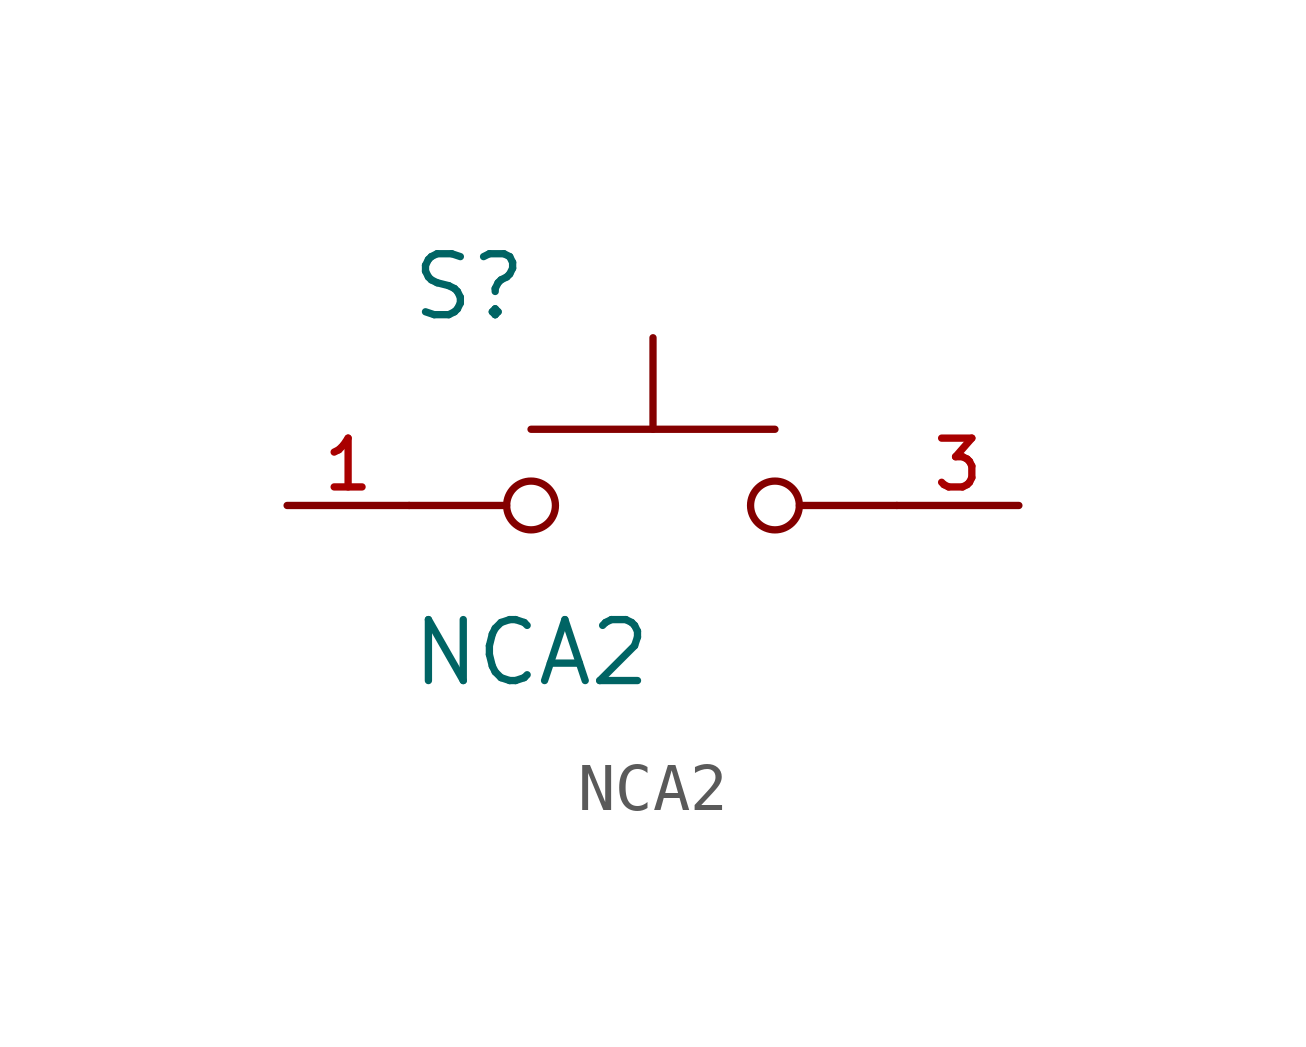
<source format=kicad_sym>
(kicad_symbol_lib
  (version 20211014)
  (generator kicad_symbol_editor)
  (symbol "NCA2"
    (pin_names
      (offset 1.016))
    (property "Reference" "S"
      (at -5.08 3.81 0)
      (effects (font (size 1.27 1.27)) (justify bottom left)))
    (property "Value" "NCA2"
      (at -5.08 -3.81 0)
      (effects (font (size 1.27 1.27)) (justify bottom left)))
    (symbol "NCA2_0_0"
      (circle (center 2.54 0.0) (radius 0.508) (stroke (width 0.152)) (fill (type none)))
      (polyline (pts (xy 5.08 0.0) (xy 3.048 0.0)) (stroke (width 0.152)))
      (polyline (pts (xy -5.08 0.0) (xy -3.048 0.0)) (stroke (width 0.152)))
      (circle (center -2.54 0.0) (radius 0.508) (stroke (width 0.152)) (fill (type none)))
      (polyline (pts (xy -2.54 1.587) (xy 2.54 1.587)) (stroke (width 0.152)))
      (polyline (pts (xy 0.0 1.587) (xy 0.0 3.493)) (stroke (width 0.152)))
      (pin passive line (at -7.62 0.0 0) (length 2.54) (name "~" (effects (font (size 1.016 1.016)))) (number "1" (effects (font (size 1.016 1.016)))))
      (pin passive line (at 7.62 0.0 180.0) (length 2.54) (name "~" (effects (font (size 1.016 1.016)))) (number "3" (effects (font (size 1.016 1.016))))))))
</source>
